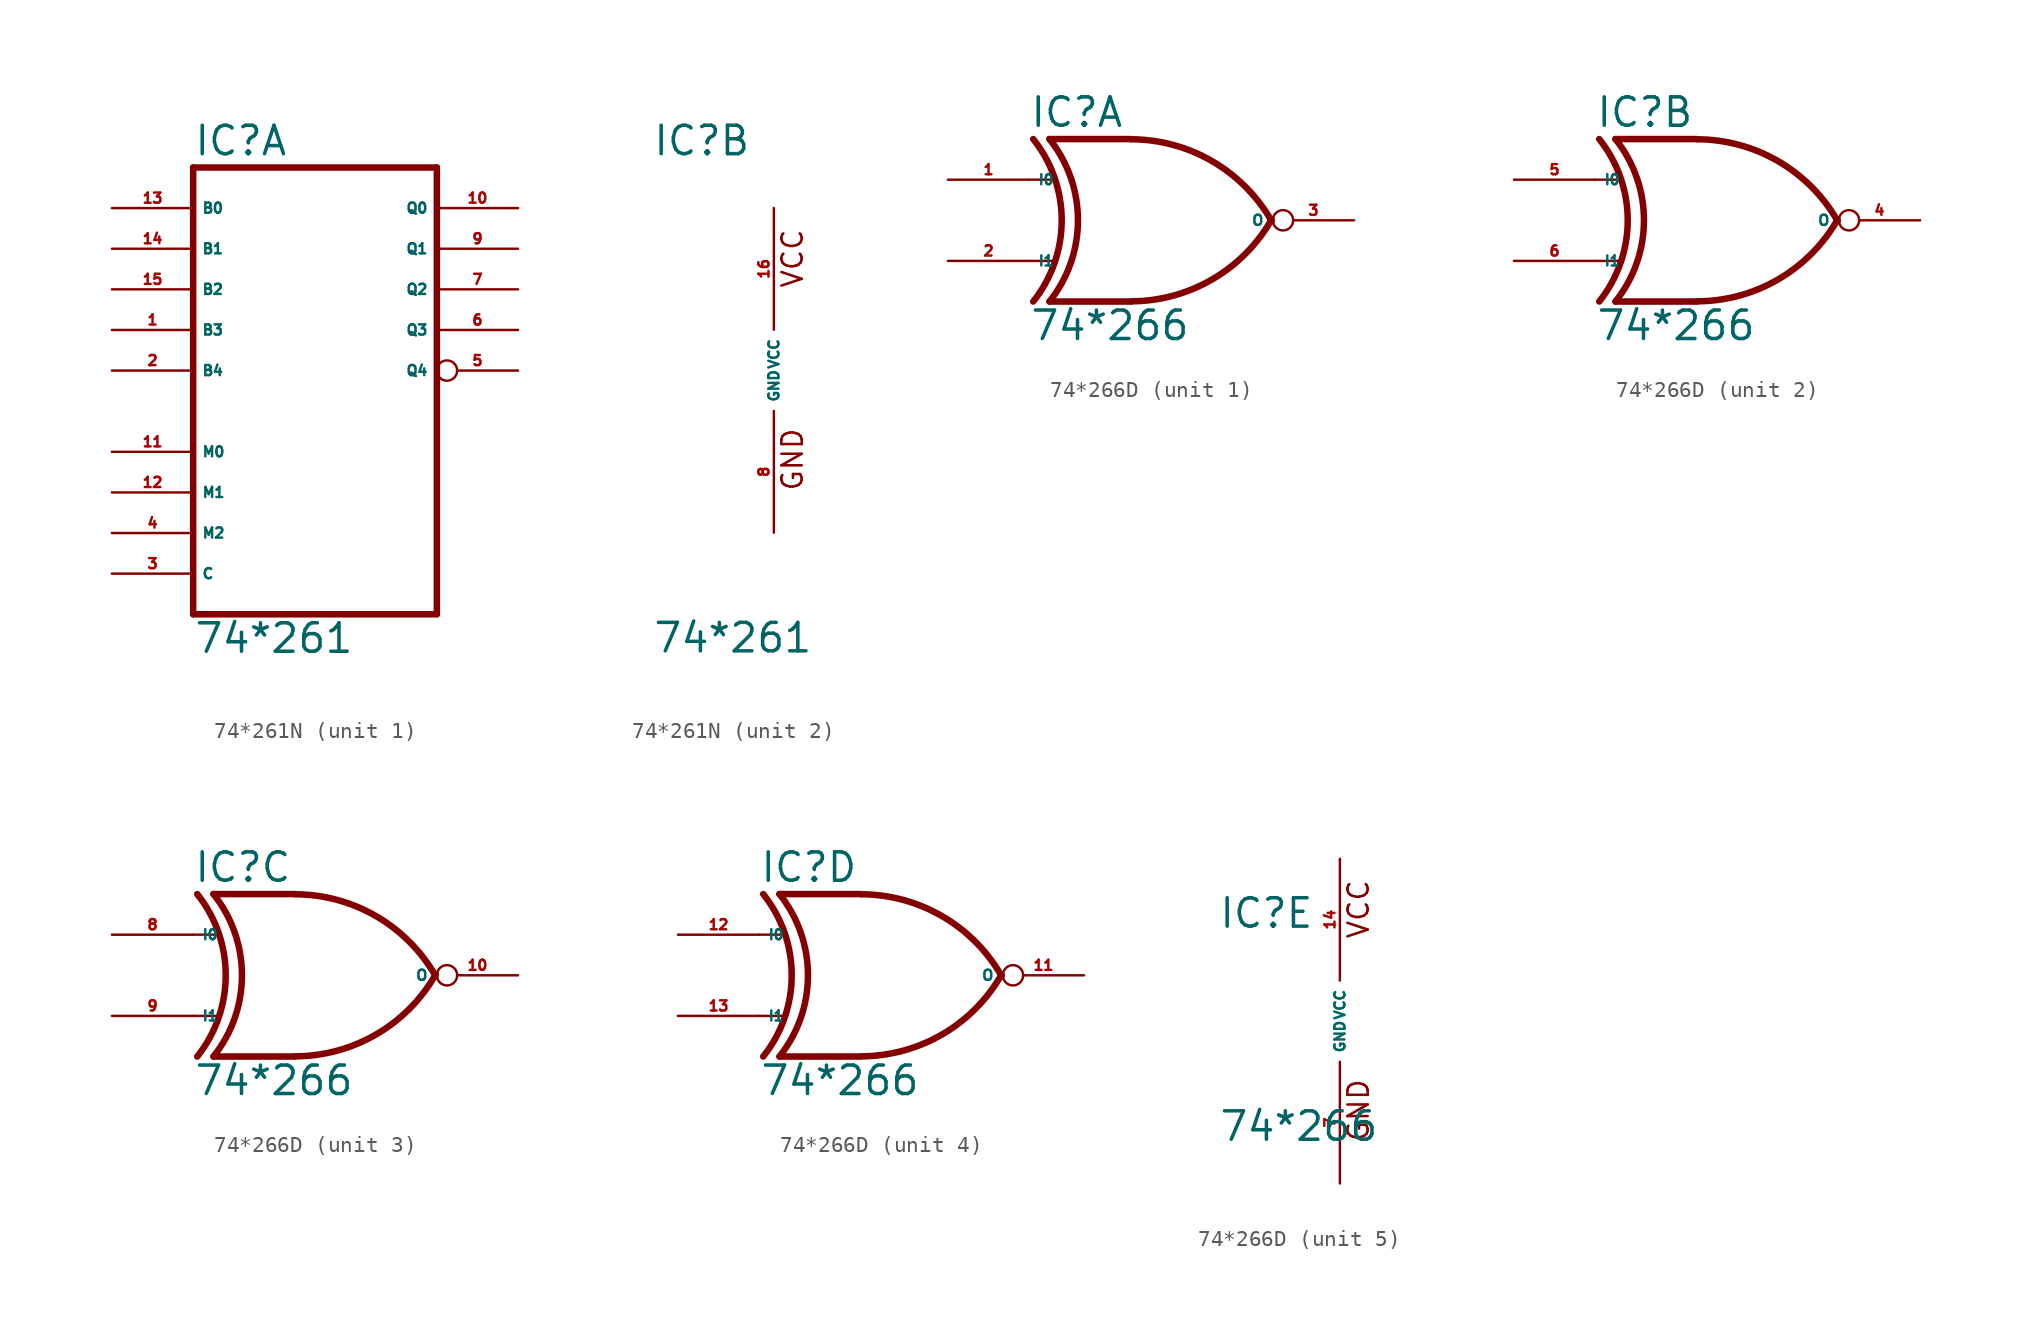
<source format=kicad_sym>
(kicad_symbol_lib
  (version 20220914)
  (generator Eagle2Kicad)
  (symbol "74*261N"
    (property "Reference" "IC"
      (at -7.62 13.335 0)
      (effects (font (size 1.778 1.778) (thickness 0.22)) (justify left bottom)))
    (property "Value" "74*261"
      (at -7.62 -17.78 0)
      (effects (font (size 1.778 1.778) (thickness 0.22)) (justify left bottom)))
    (symbol "74*261N_1_0"
      (polyline (pts (xy -7.62 -15.24) (xy 7.62 -15.24)) (stroke (width 0.406) (type default)) (fill (type none)))
      (polyline (pts (xy 7.62 -15.24) (xy 7.62 12.7)) (stroke (width 0.406) (type default)) (fill (type none)))
      (polyline (pts (xy 7.62 12.7) (xy -7.62 12.7)) (stroke (width 0.406) (type default)) (fill (type none)))
      (polyline (pts (xy -7.62 12.7) (xy -7.62 -15.24)) (stroke (width 0.406) (type default)) (fill (type none)))
      (pin input line (at -12.7 2.54 0) (length 5.08) (name "B3" (effects (font (size 0.635 0.635) (thickness 0.08)) (justify left bottom))) (number "1" (effects (font (size 0.635 0.635) (thickness 0.08)) (justify left bottom))))
      (pin input line (at -12.7 0 0) (length 5.08) (name "B4" (effects (font (size 0.635 0.635) (thickness 0.08)) (justify left bottom))) (number "2" (effects (font (size 0.635 0.635) (thickness 0.08)) (justify left bottom))))
      (pin input line (at -12.7 -12.7 0) (length 5.08) (name "C" (effects (font (size 0.635 0.635) (thickness 0.08)) (justify left bottom))) (number "3" (effects (font (size 0.635 0.635) (thickness 0.08)) (justify left bottom))))
      (pin input line (at -12.7 -10.16 0) (length 5.08) (name "M2" (effects (font (size 0.635 0.635) (thickness 0.08)) (justify left bottom))) (number "4" (effects (font (size 0.635 0.635) (thickness 0.08)) (justify left bottom))))
      (pin output inverted (at 12.7 0 180) (length 5.08) (name "Q4" (effects (font (size 0.635 0.635) (thickness 0.08)) (justify left bottom))) (number "5" (effects (font (size 0.635 0.635) (thickness 0.08)) (justify left bottom))))
      (pin output line (at 12.7 2.54 180) (length 5.08) (name "Q3" (effects (font (size 0.635 0.635) (thickness 0.08)) (justify left bottom))) (number "6" (effects (font (size 0.635 0.635) (thickness 0.08)) (justify left bottom))))
      (pin output line (at 12.7 5.08 180) (length 5.08) (name "Q2" (effects (font (size 0.635 0.635) (thickness 0.08)) (justify left bottom))) (number "7" (effects (font (size 0.635 0.635) (thickness 0.08)) (justify left bottom))))
      (pin output line (at 12.7 7.62 180) (length 5.08) (name "Q1" (effects (font (size 0.635 0.635) (thickness 0.08)) (justify left bottom))) (number "9" (effects (font (size 0.635 0.635) (thickness 0.08)) (justify left bottom))))
      (pin output line (at 12.7 10.16 180) (length 5.08) (name "Q0" (effects (font (size 0.635 0.635) (thickness 0.08)) (justify left bottom))) (number "10" (effects (font (size 0.635 0.635) (thickness 0.08)) (justify left bottom))))
      (pin input line (at -12.7 -5.08 0) (length 5.08) (name "M0" (effects (font (size 0.635 0.635) (thickness 0.08)) (justify left bottom))) (number "11" (effects (font (size 0.635 0.635) (thickness 0.08)) (justify left bottom))))
      (pin input line (at -12.7 -7.62 0) (length 5.08) (name "M1" (effects (font (size 0.635 0.635) (thickness 0.08)) (justify left bottom))) (number "12" (effects (font (size 0.635 0.635) (thickness 0.08)) (justify left bottom))))
      (pin input line (at -12.7 10.16 0) (length 5.08) (name "B0" (effects (font (size 0.635 0.635) (thickness 0.08)) (justify left bottom))) (number "13" (effects (font (size 0.635 0.635) (thickness 0.08)) (justify left bottom))))
      (pin input line (at -12.7 7.62 0) (length 5.08) (name "B1" (effects (font (size 0.635 0.635) (thickness 0.08)) (justify left bottom))) (number "14" (effects (font (size 0.635 0.635) (thickness 0.08)) (justify left bottom))))
      (pin input line (at -12.7 5.08 0) (length 5.08) (name "B2" (effects (font (size 0.635 0.635) (thickness 0.08)) (justify left bottom))) (number "15" (effects (font (size 0.635 0.635) (thickness 0.08)) (justify left bottom)))))
    (symbol "74*261N_2_0"
      (text "GND" (at 1.905 -7.62 900) (effects (font (size 1.27 1.27) (thickness 0.16)) (justify left bottom)))
      (text "VCC" (at 1.905 5.08 900) (effects (font (size 1.27 1.27) (thickness 0.16)) (justify left bottom)))
      (pin unspecified line (at 0 -10.16 90) (length 7.62) (name "GND" (effects (font (size 0.635 0.635) (thickness 0.08)) (justify left bottom))) (number "8" (effects (font (size 0.635 0.635) (thickness 0.08)) (justify left bottom))))
      (pin unspecified line (at 0 10.16 270) (length 7.62) (name "VCC" (effects (font (size 0.635 0.635) (thickness 0.08)) (justify left bottom))) (number "16" (effects (font (size 0.635 0.635) (thickness 0.08)) (justify left bottom))))))
  (symbol "74*266D"
    (property "Reference" "IC"
      (at -7.62 5.715 0)
      (effects (font (size 1.778 1.778) (thickness 0.22)) (justify left bottom)))
    (property "Value" "74*266"
      (at -7.62 -7.62 0)
      (effects (font (size 1.778 1.778) (thickness 0.22)) (justify left bottom)))
    (symbol "74*266D_1_0"
      (polyline (pts (xy -1.27 5.08) (xy -6.35 5.08)) (stroke (width 0.406) (type default)) (fill (type none)))
      (polyline (pts (xy -1.27 -5.08) (xy -6.35 -5.08)) (stroke (width 0.406) (type default)) (fill (type none)))
      (polyline (pts (xy -7.62 2.54) (xy -6.096 2.54)) (stroke (width 0.152) (type default)) (fill (type none)))
      (polyline (pts (xy -7.62 -2.54) (xy -6.096 -2.54)) (stroke (width 0.152) (type default)) (fill (type none)))
      (arc (start -1.2446 -5.0678) (mid 3.837 -3.689) (end 7.5439 0.0507) (stroke (width 0.4064) (type default)) (fill (type none)))
      (arc (start 7.5442 -0.0505) (mid 3.837 3.689) (end -1.2446 5.0678) (stroke (width 0.4064) (type default)) (fill (type none)))
      (arc (start -6.35 -5.08) (mid -4.568 0.000) (end -6.35 5.08) (stroke (width 0.4064) (type default)) (fill (type none)))
      (arc (start -7.366 -5.08) (mid -5.584 0.000) (end -7.366 5.08) (stroke (width 0.4064) (type default)) (fill (type none)))
      (pin input line (at -12.7 2.54 0) (length 5.08) (name "I0" (effects (font (size 0.635 0.635) (thickness 0.08)) (justify left bottom))) (number "1" (effects (font (size 0.635 0.635) (thickness 0.08)) (justify left bottom))))
      (pin input line (at -12.7 -2.54 0) (length 5.08) (name "I1" (effects (font (size 0.635 0.635) (thickness 0.08)) (justify left bottom))) (number "2" (effects (font (size 0.635 0.635) (thickness 0.08)) (justify left bottom))))
      (pin open_collector inverted (at 12.7 0 180) (length 5.08) (name "O" (effects (font (size 0.635 0.635) (thickness 0.08)) (justify left bottom))) (number "3" (effects (font (size 0.635 0.635) (thickness 0.08)) (justify left bottom)))))
    (symbol "74*266D_2_0"
      (polyline (pts (xy -1.27 5.08) (xy -6.35 5.08)) (stroke (width 0.406) (type default)) (fill (type none)))
      (polyline (pts (xy -1.27 -5.08) (xy -6.35 -5.08)) (stroke (width 0.406) (type default)) (fill (type none)))
      (polyline (pts (xy -7.62 2.54) (xy -6.096 2.54)) (stroke (width 0.152) (type default)) (fill (type none)))
      (polyline (pts (xy -7.62 -2.54) (xy -6.096 -2.54)) (stroke (width 0.152) (type default)) (fill (type none)))
      (arc (start -1.2446 -5.0678) (mid 3.837 -3.689) (end 7.5439 0.0507) (stroke (width 0.4064) (type default)) (fill (type none)))
      (arc (start 7.5442 -0.0505) (mid 3.837 3.689) (end -1.2446 5.0678) (stroke (width 0.4064) (type default)) (fill (type none)))
      (arc (start -6.35 -5.08) (mid -4.568 0.000) (end -6.35 5.08) (stroke (width 0.4064) (type default)) (fill (type none)))
      (arc (start -7.366 -5.08) (mid -5.584 0.000) (end -7.366 5.08) (stroke (width 0.4064) (type default)) (fill (type none)))
      (pin input line (at -12.7 2.54 0) (length 5.08) (name "I0" (effects (font (size 0.635 0.635) (thickness 0.08)) (justify left bottom))) (number "5" (effects (font (size 0.635 0.635) (thickness 0.08)) (justify left bottom))))
      (pin input line (at -12.7 -2.54 0) (length 5.08) (name "I1" (effects (font (size 0.635 0.635) (thickness 0.08)) (justify left bottom))) (number "6" (effects (font (size 0.635 0.635) (thickness 0.08)) (justify left bottom))))
      (pin open_collector inverted (at 12.7 0 180) (length 5.08) (name "O" (effects (font (size 0.635 0.635) (thickness 0.08)) (justify left bottom))) (number "4" (effects (font (size 0.635 0.635) (thickness 0.08)) (justify left bottom)))))
    (symbol "74*266D_3_0"
      (polyline (pts (xy -1.27 5.08) (xy -6.35 5.08)) (stroke (width 0.406) (type default)) (fill (type none)))
      (polyline (pts (xy -1.27 -5.08) (xy -6.35 -5.08)) (stroke (width 0.406) (type default)) (fill (type none)))
      (polyline (pts (xy -7.62 2.54) (xy -6.096 2.54)) (stroke (width 0.152) (type default)) (fill (type none)))
      (polyline (pts (xy -7.62 -2.54) (xy -6.096 -2.54)) (stroke (width 0.152) (type default)) (fill (type none)))
      (arc (start -1.2446 -5.0678) (mid 3.837 -3.689) (end 7.5439 0.0507) (stroke (width 0.4064) (type default)) (fill (type none)))
      (arc (start 7.5442 -0.0505) (mid 3.837 3.689) (end -1.2446 5.0678) (stroke (width 0.4064) (type default)) (fill (type none)))
      (arc (start -6.35 -5.08) (mid -4.568 0.000) (end -6.35 5.08) (stroke (width 0.4064) (type default)) (fill (type none)))
      (arc (start -7.366 -5.08) (mid -5.584 0.000) (end -7.366 5.08) (stroke (width 0.4064) (type default)) (fill (type none)))
      (pin input line (at -12.7 2.54 0) (length 5.08) (name "I0" (effects (font (size 0.635 0.635) (thickness 0.08)) (justify left bottom))) (number "8" (effects (font (size 0.635 0.635) (thickness 0.08)) (justify left bottom))))
      (pin input line (at -12.7 -2.54 0) (length 5.08) (name "I1" (effects (font (size 0.635 0.635) (thickness 0.08)) (justify left bottom))) (number "9" (effects (font (size 0.635 0.635) (thickness 0.08)) (justify left bottom))))
      (pin open_collector inverted (at 12.7 0 180) (length 5.08) (name "O" (effects (font (size 0.635 0.635) (thickness 0.08)) (justify left bottom))) (number "10" (effects (font (size 0.635 0.635) (thickness 0.08)) (justify left bottom)))))
    (symbol "74*266D_4_0"
      (polyline (pts (xy -1.27 5.08) (xy -6.35 5.08)) (stroke (width 0.406) (type default)) (fill (type none)))
      (polyline (pts (xy -1.27 -5.08) (xy -6.35 -5.08)) (stroke (width 0.406) (type default)) (fill (type none)))
      (polyline (pts (xy -7.62 2.54) (xy -6.096 2.54)) (stroke (width 0.152) (type default)) (fill (type none)))
      (polyline (pts (xy -7.62 -2.54) (xy -6.096 -2.54)) (stroke (width 0.152) (type default)) (fill (type none)))
      (arc (start -1.2446 -5.0678) (mid 3.837 -3.689) (end 7.5439 0.0507) (stroke (width 0.4064) (type default)) (fill (type none)))
      (arc (start 7.5442 -0.0505) (mid 3.837 3.689) (end -1.2446 5.0678) (stroke (width 0.4064) (type default)) (fill (type none)))
      (arc (start -6.35 -5.08) (mid -4.568 0.000) (end -6.35 5.08) (stroke (width 0.4064) (type default)) (fill (type none)))
      (arc (start -7.366 -5.08) (mid -5.584 0.000) (end -7.366 5.08) (stroke (width 0.4064) (type default)) (fill (type none)))
      (pin input line (at -12.7 2.54 0) (length 5.08) (name "I0" (effects (font (size 0.635 0.635) (thickness 0.08)) (justify left bottom))) (number "12" (effects (font (size 0.635 0.635) (thickness 0.08)) (justify left bottom))))
      (pin input line (at -12.7 -2.54 0) (length 5.08) (name "I1" (effects (font (size 0.635 0.635) (thickness 0.08)) (justify left bottom))) (number "13" (effects (font (size 0.635 0.635) (thickness 0.08)) (justify left bottom))))
      (pin open_collector inverted (at 12.7 0 180) (length 5.08) (name "O" (effects (font (size 0.635 0.635) (thickness 0.08)) (justify left bottom))) (number "11" (effects (font (size 0.635 0.635) (thickness 0.08)) (justify left bottom)))))
    (symbol "74*266D_5_0"
      (text "GND" (at 1.905 -7.62 900) (effects (font (size 1.27 1.27) (thickness 0.16)) (justify left bottom)))
      (text "VCC" (at 1.905 5.08 900) (effects (font (size 1.27 1.27) (thickness 0.16)) (justify left bottom)))
      (pin unspecified line (at 0 -10.16 90) (length 7.62) (name "GND" (effects (font (size 0.635 0.635) (thickness 0.08)) (justify left bottom))) (number "7" (effects (font (size 0.635 0.635) (thickness 0.08)) (justify left bottom))))
      (pin unspecified line (at 0 10.16 270) (length 7.62) (name "VCC" (effects (font (size 0.635 0.635) (thickness 0.08)) (justify left bottom))) (number "14" (effects (font (size 0.635 0.635) (thickness 0.08)) (justify left bottom)))))))
</source>
